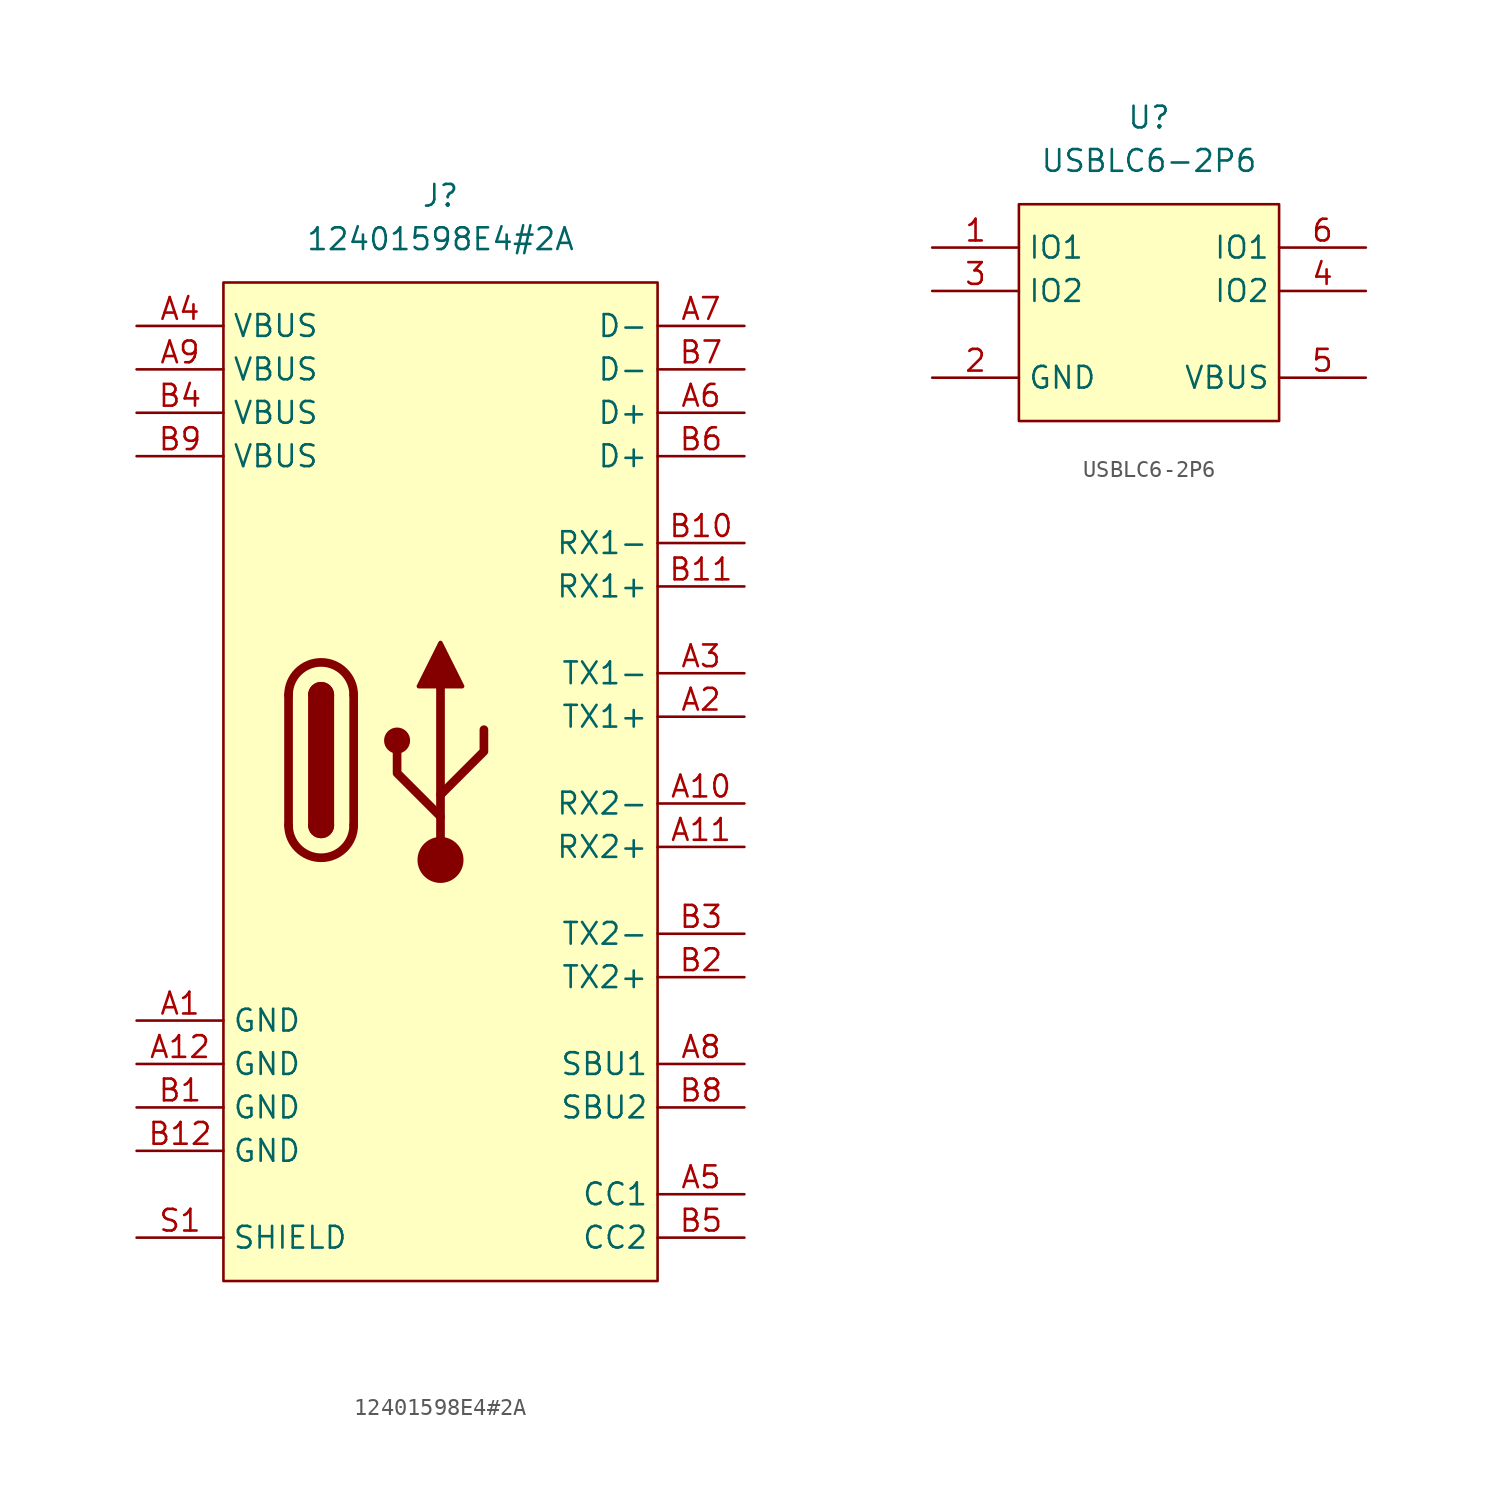
<source format=kicad_sym>
(kicad_symbol_lib
  (version 20241209)
  (generator "kicad_symbol_editor")
  (generator_version "9.0")
  (symbol "12401598E4#2A"
    (property "Reference" "J"
      (at 0 33.02 0)
      (effects (font (size 1.27 1.27))))
    (property "Value" "12401598E4#2A"
      (at 0 30.48 0)
      (effects (font (size 1.27 1.27))))
    (symbol "12401598E4#2A_0_1"
      (polyline (pts (xy -8.89 -3.81) (xy -8.89 3.81)) (stroke (width 0.508) (type default)) (fill (type none)))
      (rectangle (start -7.62 3.81) (end -6.35 -3.81) (stroke (width 0.254) (type default)) (fill (type outline)))
      (arc (start -7.62 3.81) (mid -6.985 4.4423) (end -6.35 3.81) (stroke (width 0.254) (type default)) (fill (type none)))
      (arc (start -7.62 3.81) (mid -6.985 4.4423) (end -6.35 3.81) (stroke (width 0.254) (type default)) (fill (type outline)))
      (arc (start -8.89 3.81) (mid -6.985 5.7067) (end -5.08 3.81) (stroke (width 0.508) (type default)) (fill (type none)))
      (arc (start -5.08 -3.81) (mid -6.985 -5.7067) (end -8.89 -3.81) (stroke (width 0.508) (type default)) (fill (type none)))
      (arc (start -6.35 -3.81) (mid -6.985 -4.4423) (end -7.62 -3.81) (stroke (width 0.254) (type default)) (fill (type none)))
      (arc (start -6.35 -3.81) (mid -6.985 -4.4423) (end -7.62 -3.81) (stroke (width 0.254) (type default)) (fill (type outline)))
      (polyline (pts (xy -5.08 3.81) (xy -5.08 -3.81)) (stroke (width 0.508) (type default)) (fill (type none))))
    (symbol "12401598E4#2A_1_1"
      (rectangle (start -12.7 27.94) (end 12.7 -30.48) (stroke (width 0) (type solid)) (fill (type color) (color 255 255 194 1)))
      (circle (center -2.54 1.143) (radius 0.635) (stroke (width 0.254) (type default)) (fill (type outline)))
      (polyline (pts (xy -1.27 4.318) (xy 0 6.858) (xy 1.27 4.318) (xy -1.27 4.318)) (stroke (width 0.254) (type default)) (fill (type outline)))
      (polyline (pts (xy 0 -2.032) (xy 2.54 0.508) (xy 2.54 1.778)) (stroke (width 0.508) (type default)) (fill (type none)))
      (polyline (pts (xy 0 -3.302) (xy -2.54 -0.762) (xy -2.54 0.508)) (stroke (width 0.508) (type default)) (fill (type none)))
      (polyline (pts (xy 0 -5.842) (xy 0 4.318)) (stroke (width 0.508) (type default)) (fill (type none)))
      (circle (center 0 -5.842) (radius 1.27) (stroke (width 0) (type default)) (fill (type outline)))
      (pin passive line (at -17.78 25.4 0) (length 5.08) (name "VBUS" (effects (font (size 1.27 1.27)))) (number "A4" (effects (font (size 1.27 1.27)))))
      (pin passive line (at -17.78 22.86 0) (length 5.08) (name "VBUS" (effects (font (size 1.27 1.27)))) (number "A9" (effects (font (size 1.27 1.27)))))
      (pin passive line (at -17.78 20.32 0) (length 5.08) (name "VBUS" (effects (font (size 1.27 1.27)))) (number "B4" (effects (font (size 1.27 1.27)))))
      (pin passive line (at -17.78 17.78 0) (length 5.08) (name "VBUS" (effects (font (size 1.27 1.27)))) (number "B9" (effects (font (size 1.27 1.27)))))
      (pin passive line (at -17.78 -15.24 0) (length 5.08) (name "GND" (effects (font (size 1.27 1.27)))) (number "A1" (effects (font (size 1.27 1.27)))))
      (pin passive line (at -17.78 -17.78 0) (length 5.08) (name "GND" (effects (font (size 1.27 1.27)))) (number "A12" (effects (font (size 1.27 1.27)))))
      (pin passive line (at -17.78 -20.32 0) (length 5.08) (name "GND" (effects (font (size 1.27 1.27)))) (number "B1" (effects (font (size 1.27 1.27)))))
      (pin passive line (at -17.78 -22.86 0) (length 5.08) (name "GND" (effects (font (size 1.27 1.27)))) (number "B12" (effects (font (size 1.27 1.27)))))
      (pin passive line (at -17.78 -27.94 0) (length 5.08) (name "SHIELD" (effects (font (size 1.27 1.27)))) (number "S1" (effects (font (size 1.27 1.27)))))
      (pin bidirectional line (at 17.78 25.4 180) (length 5.08) (name "D-" (effects (font (size 1.27 1.27)))) (number "A7" (effects (font (size 1.27 1.27)))))
      (pin bidirectional line (at 17.78 22.86 180) (length 5.08) (name "D-" (effects (font (size 1.27 1.27)))) (number "B7" (effects (font (size 1.27 1.27)))))
      (pin bidirectional line (at 17.78 20.32 180) (length 5.08) (name "D+" (effects (font (size 1.27 1.27)))) (number "A6" (effects (font (size 1.27 1.27)))))
      (pin bidirectional line (at 17.78 17.78 180) (length 5.08) (name "D+" (effects (font (size 1.27 1.27)))) (number "B6" (effects (font (size 1.27 1.27)))))
      (pin bidirectional line (at 17.78 12.7 180) (length 5.08) (name "RX1-" (effects (font (size 1.27 1.27)))) (number "B10" (effects (font (size 1.27 1.27)))))
      (pin bidirectional line (at 17.78 10.16 180) (length 5.08) (name "RX1+" (effects (font (size 1.27 1.27)))) (number "B11" (effects (font (size 1.27 1.27)))))
      (pin bidirectional line (at 17.78 5.08 180) (length 5.08) (name "TX1-" (effects (font (size 1.27 1.27)))) (number "A3" (effects (font (size 1.27 1.27)))))
      (pin bidirectional line (at 17.78 2.54 180) (length 5.08) (name "TX1+" (effects (font (size 1.27 1.27)))) (number "A2" (effects (font (size 1.27 1.27)))))
      (pin bidirectional line (at 17.78 -2.54 180) (length 5.08) (name "RX2-" (effects (font (size 1.27 1.27)))) (number "A10" (effects (font (size 1.27 1.27)))))
      (pin bidirectional line (at 17.78 -5.08 180) (length 5.08) (name "RX2+" (effects (font (size 1.27 1.27)))) (number "A11" (effects (font (size 1.27 1.27)))))
      (pin bidirectional line (at 17.78 -10.16 180) (length 5.08) (name "TX2-" (effects (font (size 1.27 1.27)))) (number "B3" (effects (font (size 1.27 1.27)))))
      (pin bidirectional line (at 17.78 -12.7 180) (length 5.08) (name "TX2+" (effects (font (size 1.27 1.27)))) (number "B2" (effects (font (size 1.27 1.27)))))
      (pin bidirectional line (at 17.78 -17.78 180) (length 5.08) (name "SBU1" (effects (font (size 1.27 1.27)))) (number "A8" (effects (font (size 1.27 1.27)))))
      (pin bidirectional line (at 17.78 -20.32 180) (length 5.08) (name "SBU2" (effects (font (size 1.27 1.27)))) (number "B8" (effects (font (size 1.27 1.27)))))
      (pin bidirectional line (at 17.78 -25.4 180) (length 5.08) (name "CC1" (effects (font (size 1.27 1.27)))) (number "A5" (effects (font (size 1.27 1.27)))))
      (pin bidirectional line (at 17.78 -27.94 180) (length 5.08) (name "CC2" (effects (font (size 1.27 1.27)))) (number "B5" (effects (font (size 1.27 1.27)))))))
  (symbol "USBLC6-2P6"
    (property "Reference" "U"
      (at 0 12.7 0)
      (effects (font (size 1.27 1.27))))
    (property "Value" "USBLC6-2P6"
      (at 0 10.16 0)
      (effects (font (size 1.27 1.27))))
    (symbol "USBLC6-2P6_1_1"
      (rectangle (start -7.62 7.62) (end 7.62 -5.08) (stroke (width 0) (type solid)) (fill (type color) (color 255 255 194 1)))
      (pin bidirectional line (at -12.7 5.08 0) (length 5.08) (name "IO1" (effects (font (size 1.27 1.27)))) (number "1" (effects (font (size 1.27 1.27)))))
      (pin bidirectional line (at -12.7 2.54 0) (length 5.08) (name "IO2" (effects (font (size 1.27 1.27)))) (number "3" (effects (font (size 1.27 1.27)))))
      (pin power_in line (at -12.7 -2.54 0) (length 5.08) (name "GND" (effects (font (size 1.27 1.27)))) (number "2" (effects (font (size 1.27 1.27)))))
      (pin bidirectional line (at 12.7 5.08 180) (length 5.08) (name "IO1" (effects (font (size 1.27 1.27)))) (number "6" (effects (font (size 1.27 1.27)))))
      (pin bidirectional line (at 12.7 2.54 180) (length 5.08) (name "IO2" (effects (font (size 1.27 1.27)))) (number "4" (effects (font (size 1.27 1.27)))))
      (pin power_in line (at 12.7 -2.54 180) (length 5.08) (name "VBUS" (effects (font (size 1.27 1.27)))) (number "5" (effects (font (size 1.27 1.27))))))))
</source>
